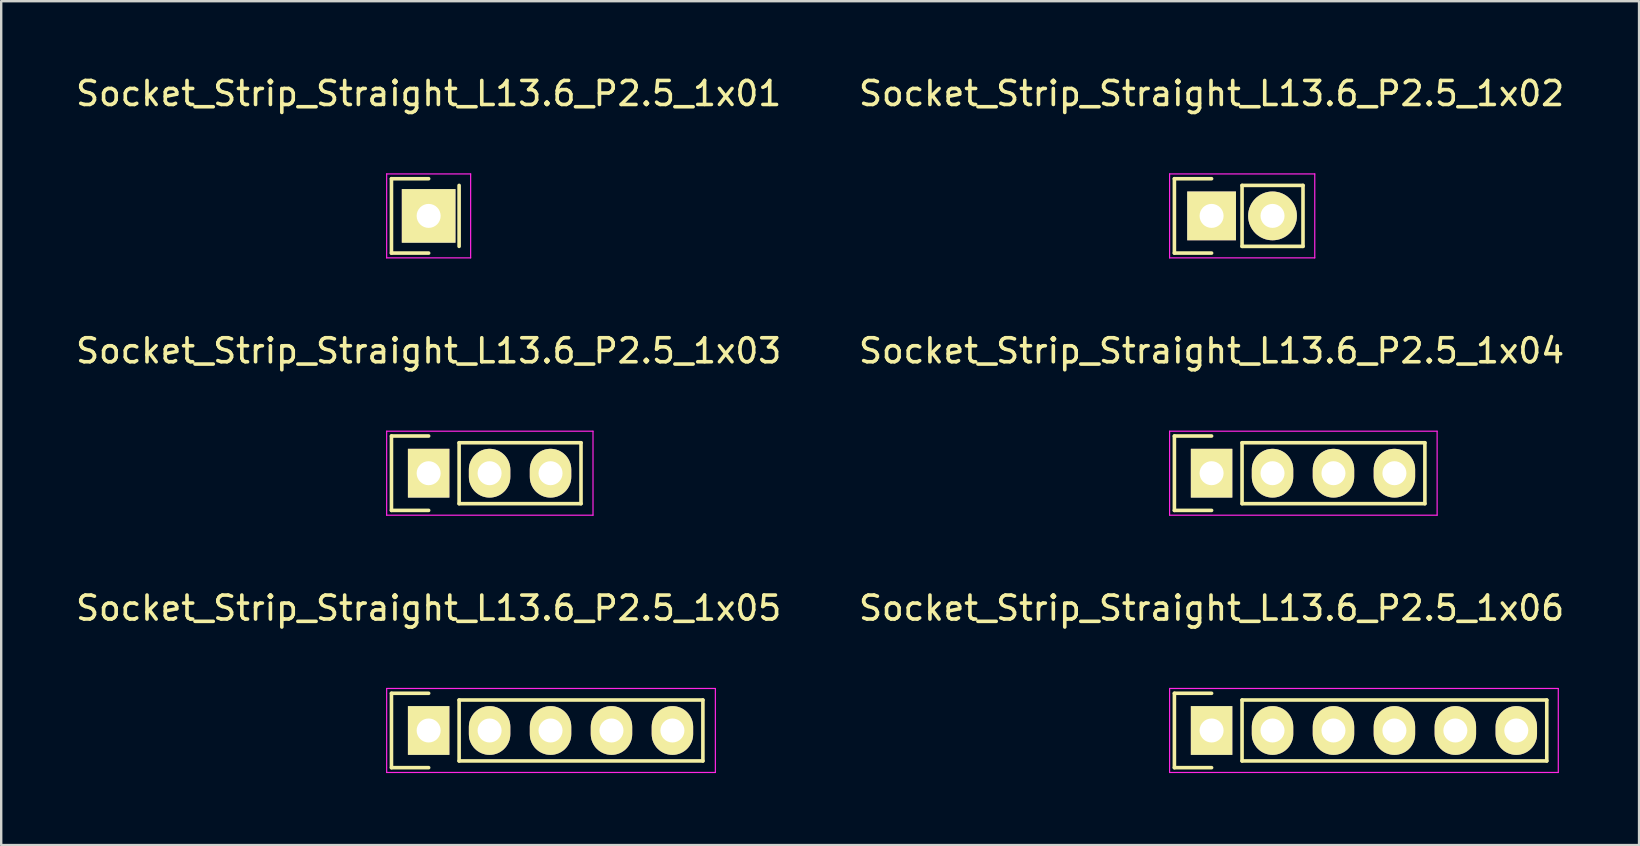
<source format=kicad_pcb>
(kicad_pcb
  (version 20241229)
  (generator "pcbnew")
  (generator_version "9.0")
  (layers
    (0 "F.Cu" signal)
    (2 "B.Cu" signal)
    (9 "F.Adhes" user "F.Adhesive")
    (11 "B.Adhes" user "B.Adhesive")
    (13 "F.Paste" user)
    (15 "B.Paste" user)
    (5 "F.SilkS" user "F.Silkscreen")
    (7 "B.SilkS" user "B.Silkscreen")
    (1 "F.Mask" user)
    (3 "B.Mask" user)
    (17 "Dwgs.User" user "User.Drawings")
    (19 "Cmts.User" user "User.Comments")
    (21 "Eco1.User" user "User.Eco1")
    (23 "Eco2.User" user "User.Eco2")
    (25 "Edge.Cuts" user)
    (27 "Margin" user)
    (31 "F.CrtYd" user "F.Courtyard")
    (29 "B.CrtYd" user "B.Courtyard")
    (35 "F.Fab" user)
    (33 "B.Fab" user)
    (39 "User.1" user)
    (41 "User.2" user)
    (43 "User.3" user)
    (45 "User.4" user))
  (footprint "Socket_Strip_Straight_L13.6_P2.5_1x02"
    (layer "F.Cu")
    (at 47.446 5.948)
    (property "Reference" "Socket_Strip_Straight_L13.6_P2.5_1x02" (at 0 -5.1 0) (layer "F.SilkS") (effects (font (size 1 1) (thickness 0.15))))
    (attr through_hole)
    (fp_line (start -1.55 -1.55) (end -1.55 1.55) (stroke (width 0.15) (type solid)) (layer "F.SilkS"))
    (fp_line (start -1.55 1.55) (end 0 1.55) (stroke (width 0.15) (type solid)) (layer "F.SilkS"))
    (fp_line (start 0 -1.55) (end -1.55 -1.55) (stroke (width 0.15) (type solid)) (layer "F.SilkS"))
    (fp_line (start 1.27 -1.27) (end 3.81 -1.27) (stroke (width 0.15) (type solid)) (layer "F.SilkS"))
    (fp_line (start 1.27 1.27) (end 1.27 -1.27) (stroke (width 0.15) (type solid)) (layer "F.SilkS"))
    (fp_line (start 3.81 -1.27) (end 3.81 1.27) (stroke (width 0.15) (type solid)) (layer "F.SilkS"))
    (fp_line (start 3.81 1.27) (end 1.27 1.27) (stroke (width 0.15) (type solid)) (layer "F.SilkS"))
    (fp_line (start -1.75 -1.75) (end -1.75 1.75) (stroke (width 0.05) (type solid)) (layer "F.CrtYd"))
    (fp_line (start -1.75 -1.75) (end 4.3 -1.75) (stroke (width 0.05) (type solid)) (layer "F.CrtYd"))
    (fp_line (start -1.75 1.75) (end 4.3 1.75) (stroke (width 0.05) (type solid)) (layer "F.CrtYd"))
    (fp_line (start 4.3 -1.75) (end 4.3 1.75) (stroke (width 0.05) (type solid)) (layer "F.CrtYd"))
    (pad "1" thru_hole rect (at 0 0) (size 2.032 2.032) (drill 1) (layers "*.Cu" "*.Mask" "F.SilkS"))
    (pad "2" thru_hole oval (at 2.54 0) (size 2.032 2.032) (drill 1) (layers "*.Cu" "*.Mask" "F.SilkS")))
  (footprint "Socket_Strip_Straight_L13.6_P2.5_1x04"
    (layer "F.Cu")
    (at 47.446 16.672)
    (property "Reference" "Socket_Strip_Straight_L13.6_P2.5_1x04" (at 0 -5.1 0) (layer "F.SilkS") (effects (font (size 1 1) (thickness 0.15))))
    (attr through_hole)
    (fp_line (start -1.55 -1.55) (end -1.55 1.55) (stroke (width 0.15) (type solid)) (layer "F.SilkS"))
    (fp_line (start -1.55 1.55) (end 0 1.55) (stroke (width 0.15) (type solid)) (layer "F.SilkS"))
    (fp_line (start 0 -1.55) (end -1.55 -1.55) (stroke (width 0.15) (type solid)) (layer "F.SilkS"))
    (fp_line (start 1.27 -1.27) (end 8.89 -1.27) (stroke (width 0.15) (type solid)) (layer "F.SilkS"))
    (fp_line (start 1.27 1.27) (end 1.27 -1.27) (stroke (width 0.15) (type solid)) (layer "F.SilkS"))
    (fp_line (start 1.27 1.27) (end 8.89 1.27) (stroke (width 0.15) (type solid)) (layer "F.SilkS"))
    (fp_line (start 8.89 -1.27) (end 8.89 1.27) (stroke (width 0.15) (type solid)) (layer "F.SilkS"))
    (fp_line (start -1.75 -1.75) (end -1.75 1.75) (stroke (width 0.05) (type solid)) (layer "F.CrtYd"))
    (fp_line (start -1.75 -1.75) (end 9.4 -1.75) (stroke (width 0.05) (type solid)) (layer "F.CrtYd"))
    (fp_line (start -1.75 1.75) (end 9.4 1.75) (stroke (width 0.05) (type solid)) (layer "F.CrtYd"))
    (fp_line (start 9.4 -1.75) (end 9.4 1.75) (stroke (width 0.05) (type solid)) (layer "F.CrtYd"))
    (pad "1" thru_hole rect (at 0 0) (size 1.727 2.032) (drill 1) (layers "*.Cu" "*.Mask" "F.SilkS"))
    (pad "2" thru_hole oval (at 2.54 0) (size 1.727 2.032) (drill 1) (layers "*.Cu" "*.Mask" "F.SilkS"))
    (pad "3" thru_hole oval (at 5.08 0) (size 1.727 2.032) (drill 1) (layers "*.Cu" "*.Mask" "F.SilkS"))
    (pad "4" thru_hole oval (at 7.62 0) (size 1.727 2.032) (drill 1) (layers "*.Cu" "*.Mask" "F.SilkS")))
  (footprint "Socket_Strip_Straight_L13.6_P2.5_1x03"
    (layer "F.Cu")
    (at 14.815 16.672)
    (property "Reference" "Socket_Strip_Straight_L13.6_P2.5_1x03" (at 0 -5.1 0) (layer "F.SilkS") (effects (font (size 1 1) (thickness 0.15))))
    (attr through_hole)
    (fp_line (start -1.55 -1.55) (end -1.55 1.55) (stroke (width 0.15) (type solid)) (layer "F.SilkS"))
    (fp_line (start -1.55 1.55) (end 0 1.55) (stroke (width 0.15) (type solid)) (layer "F.SilkS"))
    (fp_line (start 0 -1.55) (end -1.55 -1.55) (stroke (width 0.15) (type solid)) (layer "F.SilkS"))
    (fp_line (start 1.27 -1.27) (end 6.35 -1.27) (stroke (width 0.15) (type solid)) (layer "F.SilkS"))
    (fp_line (start 1.27 1.27) (end 1.27 -1.27) (stroke (width 0.15) (type solid)) (layer "F.SilkS"))
    (fp_line (start 6.35 -1.27) (end 6.35 1.27) (stroke (width 0.15) (type solid)) (layer "F.SilkS"))
    (fp_line (start 6.35 1.27) (end 1.27 1.27) (stroke (width 0.15) (type solid)) (layer "F.SilkS"))
    (fp_line (start -1.75 -1.75) (end -1.75 1.75) (stroke (width 0.05) (type solid)) (layer "F.CrtYd"))
    (fp_line (start -1.75 -1.75) (end 6.85 -1.75) (stroke (width 0.05) (type solid)) (layer "F.CrtYd"))
    (fp_line (start -1.75 1.75) (end 6.85 1.75) (stroke (width 0.05) (type solid)) (layer "F.CrtYd"))
    (fp_line (start 6.85 -1.75) (end 6.85 1.75) (stroke (width 0.05) (type solid)) (layer "F.CrtYd"))
    (pad "1" thru_hole rect (at 0 0) (size 1.727 2.032) (drill 1) (layers "*.Cu" "*.Mask" "F.SilkS"))
    (pad "2" thru_hole oval (at 2.54 0) (size 1.727 2.032) (drill 1) (layers "*.Cu" "*.Mask" "F.SilkS"))
    (pad "3" thru_hole oval (at 5.08 0) (size 1.727 2.032) (drill 1) (layers "*.Cu" "*.Mask" "F.SilkS")))
  (footprint "Socket_Strip_Straight_L13.6_P2.5_1x06"
    (layer "F.Cu")
    (at 47.446 27.395)
    (property "Reference" "Socket_Strip_Straight_L13.6_P2.5_1x06" (at 0 -5.1 0) (layer "F.SilkS") (effects (font (size 1 1) (thickness 0.15))))
    (attr through_hole)
    (fp_line (start -1.55 -1.55) (end -1.55 1.55) (stroke (width 0.15) (type solid)) (layer "F.SilkS"))
    (fp_line (start -1.55 1.55) (end 0 1.55) (stroke (width 0.15) (type solid)) (layer "F.SilkS"))
    (fp_line (start 0 -1.55) (end -1.55 -1.55) (stroke (width 0.15) (type solid)) (layer "F.SilkS"))
    (fp_line (start 1.27 1.27) (end 1.27 -1.27) (stroke (width 0.15) (type solid)) (layer "F.SilkS"))
    (fp_line (start 1.27 1.27) (end 13.97 1.27) (stroke (width 0.15) (type solid)) (layer "F.SilkS"))
    (fp_line (start 13.97 -1.27) (end 1.27 -1.27) (stroke (width 0.15) (type solid)) (layer "F.SilkS"))
    (fp_line (start 13.97 1.27) (end 13.97 -1.27) (stroke (width 0.15) (type solid)) (layer "F.SilkS"))
    (fp_line (start -1.75 -1.75) (end -1.75 1.75) (stroke (width 0.05) (type solid)) (layer "F.CrtYd"))
    (fp_line (start -1.75 -1.75) (end 14.45 -1.75) (stroke (width 0.05) (type solid)) (layer "F.CrtYd"))
    (fp_line (start -1.75 1.75) (end 14.45 1.75) (stroke (width 0.05) (type solid)) (layer "F.CrtYd"))
    (fp_line (start 14.45 -1.75) (end 14.45 1.75) (stroke (width 0.05) (type solid)) (layer "F.CrtYd"))
    (pad "1" thru_hole rect (at 0 0) (size 1.727 2.032) (drill 1) (layers "*.Cu" "*.Mask" "F.SilkS"))
    (pad "2" thru_hole oval (at 2.54 0) (size 1.727 2.032) (drill 1) (layers "*.Cu" "*.Mask" "F.SilkS"))
    (pad "3" thru_hole oval (at 5.08 0) (size 1.727 2.032) (drill 1) (layers "*.Cu" "*.Mask" "F.SilkS"))
    (pad "4" thru_hole oval (at 7.62 0) (size 1.727 2.032) (drill 1) (layers "*.Cu" "*.Mask" "F.SilkS"))
    (pad "5" thru_hole oval (at 10.16 0) (size 1.727 2.032) (drill 1) (layers "*.Cu" "*.Mask" "F.SilkS"))
    (pad "6" thru_hole oval (at 12.7 0) (size 1.727 2.032) (drill 1) (layers "*.Cu" "*.Mask" "F.SilkS")))
  (footprint "Socket_Strip_Straight_L13.6_P2.5_1x01"
    (layer "F.Cu")
    (at 14.815 5.948)
    (property "Reference" "Socket_Strip_Straight_L13.6_P2.5_1x01" (at 0 -5.1 0) (layer "F.SilkS") (effects (font (size 1 1) (thickness 0.15))))
    (attr through_hole)
    (fp_line (start -1.55 -1.55) (end -1.55 1.55) (stroke (width 0.15) (type solid)) (layer "F.SilkS"))
    (fp_line (start -1.55 -1.55) (end 0 -1.55) (stroke (width 0.15) (type solid)) (layer "F.SilkS"))
    (fp_line (start -1.55 1.55) (end 0 1.55) (stroke (width 0.15) (type solid)) (layer "F.SilkS"))
    (fp_line (start 1.27 1.27) (end 1.27 -1.27) (stroke (width 0.15) (type solid)) (layer "F.SilkS"))
    (fp_line (start -1.75 -1.75) (end -1.75 1.75) (stroke (width 0.05) (type solid)) (layer "F.CrtYd"))
    (fp_line (start -1.75 -1.75) (end 1.75 -1.75) (stroke (width 0.05) (type solid)) (layer "F.CrtYd"))
    (fp_line (start -1.75 1.75) (end 1.75 1.75) (stroke (width 0.05) (type solid)) (layer "F.CrtYd"))
    (fp_line (start 1.75 -1.75) (end 1.75 1.75) (stroke (width 0.05) (type solid)) (layer "F.CrtYd"))
    (pad "1" thru_hole rect (at 0 0) (size 2.235 2.235) (drill 1) (layers "*.Cu" "*.Mask" "F.SilkS")))
  (footprint "Socket_Strip_Straight_L13.6_P2.5_1x05"
    (layer "F.Cu")
    (at 14.815 27.395)
    (property "Reference" "Socket_Strip_Straight_L13.6_P2.5_1x05" (at 0 -5.1 0) (layer "F.SilkS") (effects (font (size 1 1) (thickness 0.15))))
    (attr through_hole)
    (fp_line (start -1.55 -1.55) (end -1.55 1.55) (stroke (width 0.15) (type solid)) (layer "F.SilkS"))
    (fp_line (start -1.55 1.55) (end 0 1.55) (stroke (width 0.15) (type solid)) (layer "F.SilkS"))
    (fp_line (start 0 -1.55) (end -1.55 -1.55) (stroke (width 0.15) (type solid)) (layer "F.SilkS"))
    (fp_line (start 1.27 1.27) (end 1.27 -1.27) (stroke (width 0.15) (type solid)) (layer "F.SilkS"))
    (fp_line (start 1.27 1.27) (end 11.43 1.27) (stroke (width 0.15) (type solid)) (layer "F.SilkS"))
    (fp_line (start 11.43 -1.27) (end 1.27 -1.27) (stroke (width 0.15) (type solid)) (layer "F.SilkS"))
    (fp_line (start 11.43 1.27) (end 11.43 -1.27) (stroke (width 0.15) (type solid)) (layer "F.SilkS"))
    (fp_line (start -1.75 -1.75) (end -1.75 1.75) (stroke (width 0.05) (type solid)) (layer "F.CrtYd"))
    (fp_line (start -1.75 -1.75) (end 11.95 -1.75) (stroke (width 0.05) (type solid)) (layer "F.CrtYd"))
    (fp_line (start -1.75 1.75) (end 11.95 1.75) (stroke (width 0.05) (type solid)) (layer "F.CrtYd"))
    (fp_line (start 11.95 -1.75) (end 11.95 1.75) (stroke (width 0.05) (type solid)) (layer "F.CrtYd"))
    (pad "1" thru_hole rect (at 0 0) (size 1.727 2.032) (drill 1) (layers "*.Cu" "*.Mask" "F.SilkS"))
    (pad "2" thru_hole oval (at 2.54 0) (size 1.727 2.032) (drill 1) (layers "*.Cu" "*.Mask" "F.SilkS"))
    (pad "3" thru_hole oval (at 5.08 0) (size 1.727 2.032) (drill 1) (layers "*.Cu" "*.Mask" "F.SilkS"))
    (pad "4" thru_hole oval (at 7.62 0) (size 1.727 2.032) (drill 1) (layers "*.Cu" "*.Mask" "F.SilkS"))
    (pad "5" thru_hole oval (at 10.16 0) (size 1.727 2.032) (drill 1) (layers "*.Cu" "*.Mask" "F.SilkS")))
  (gr_rect
    (start -3 -3)
    (end 65.262 32.17)
    (stroke (width 0.1) (type default))
    (fill no)
    (layer "Edge.Cuts")))
</source>
